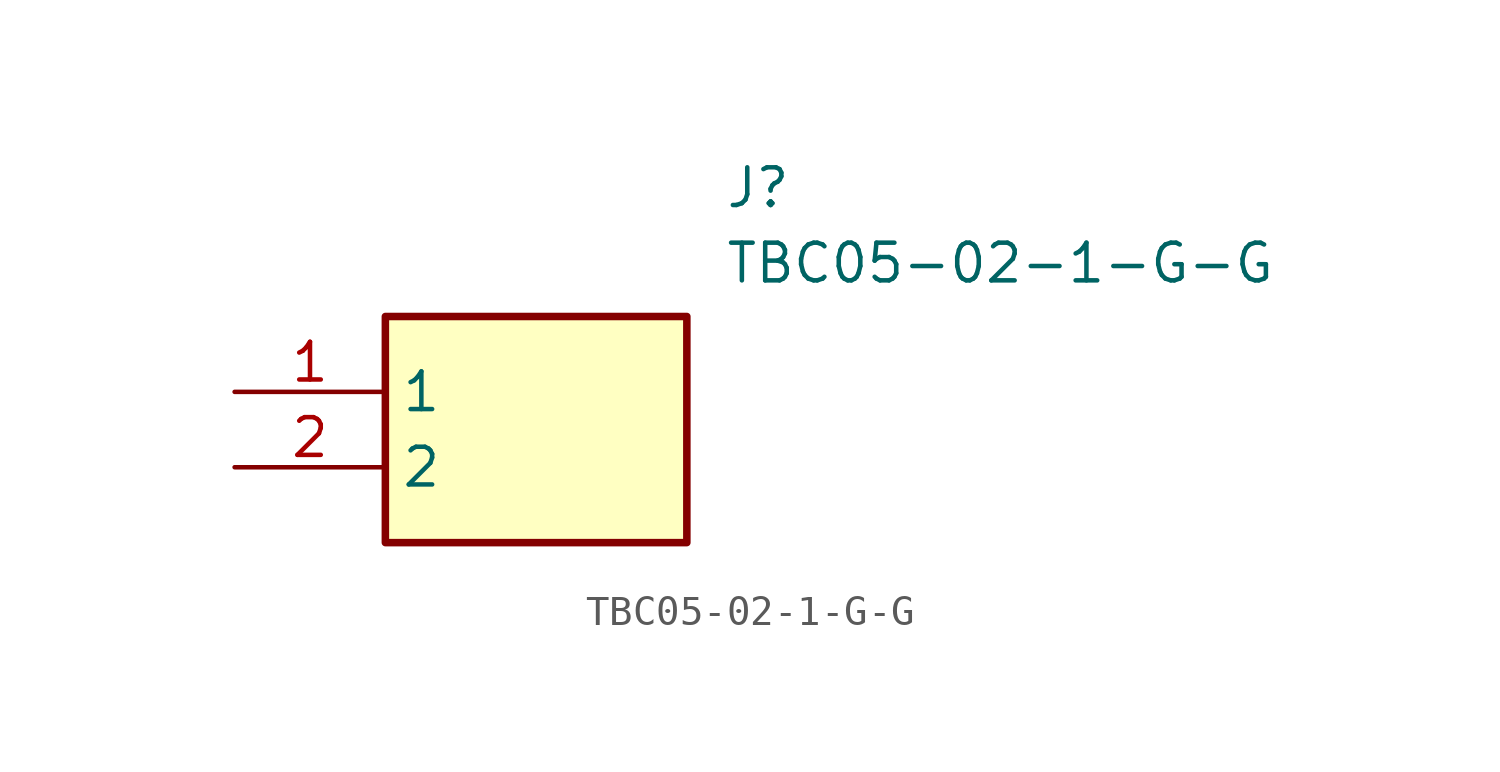
<source format=kicad_sym>
(kicad_symbol_lib
  (version 20211014)
  (generator SamacSys_ECAD_Model)
  (symbol "TBC05-02-1-G-G"
    (property "Reference" "J"
      (at 16.51 7.62 0)
      (effects (font (size 1.27 1.27)) (justify left top)))
    (property "Value" "TBC05-02-1-G-G"
      (at 16.51 5.08 0)
      (effects (font (size 1.27 1.27)) (justify left top)))
    (rectangle
      (start 5.08 2.54)
      (end 15.24 -5.08)
      (stroke (width 0.254) (type default))
      (fill (type background)))
    (pin passive line
      (at 0 0 0)
      (length 5.08)
      (name "1" (effects (font (size 1.27 1.27))))
      (number "1" (effects (font (size 1.27 1.27)))))
    (pin passive line
      (at 0 -2.54 0)
      (length 5.08)
      (name "2" (effects (font (size 1.27 1.27))))
      (number "2" (effects (font (size 1.27 1.27)))))))
</source>
